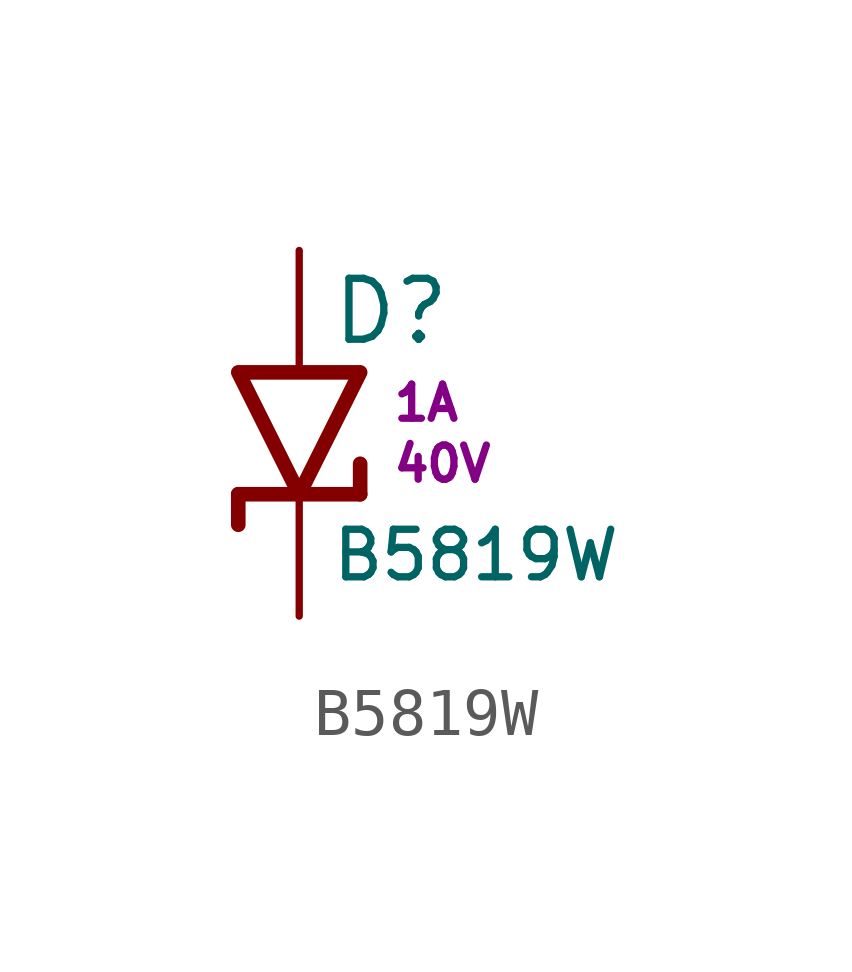
<source format=kicad_sym>
(kicad_symbol_lib
  (version 20211014)
  (generator kicad_symbol_editor)
  (symbol "B5819W"
    (pin_numbers hide)
    (pin_names
      (offset 0.254) hide)
    (property "Reference" "D"
      (at 0.635 2.54 0)
      (effects (font (size 1.27 1.27)) (justify left)))
    (property "Value" "B5819W"
      (at 0.635 -2.54 0)
      (effects (font (size 0.991 0.991)) (justify left)))
    (property "Reverse Voltage" "40V"
      (at 1.905 -0.635 0)
      (effects (font (size 0.711 0.711)) (justify left)))
    (property "Max current" "1A"
      (at 1.905 0.635 0)
      (effects (font (size 0.711 0.711)) (justify left)))
    (symbol "B5819W_0_1"
      (polyline (pts (xy -1.27 -1.27) (xy -1.27 -1.905)) (stroke (width 0.305) (type default) (color 0 0 0 0)) (fill (type none)))
      (polyline (pts (xy 1.27 -1.27) (xy 1.27 -0.635)) (stroke (width 0.305) (type default) (color 0 0 0 0)) (fill (type none))))
    (symbol "B5819W_1_1"
      (polyline (pts (xy 1.27 -1.27) (xy -1.27 -1.27)) (stroke (width 0.305) (type default) (color 0 0 0 0)) (fill (type none)))
      (polyline (pts (xy 1.27 1.27) (xy -1.27 1.27) (xy 0 -1.27) (xy 1.27 1.27)) (stroke (width 0.305) (type default) (color 0 0 0 0)) (fill (type none)))
      (pin passive line (at 0 -3.81 90) (length 2.54) (name "K" (effects (font (size 1.27 1.27)))) (number "1" (effects (font (size 1.27 1.27)))))
      (pin passive line (at 0 3.81 270) (length 2.54) (name "A" (effects (font (size 1.27 1.27)))) (number "2" (effects (font (size 1.27 1.27))))))))
</source>
